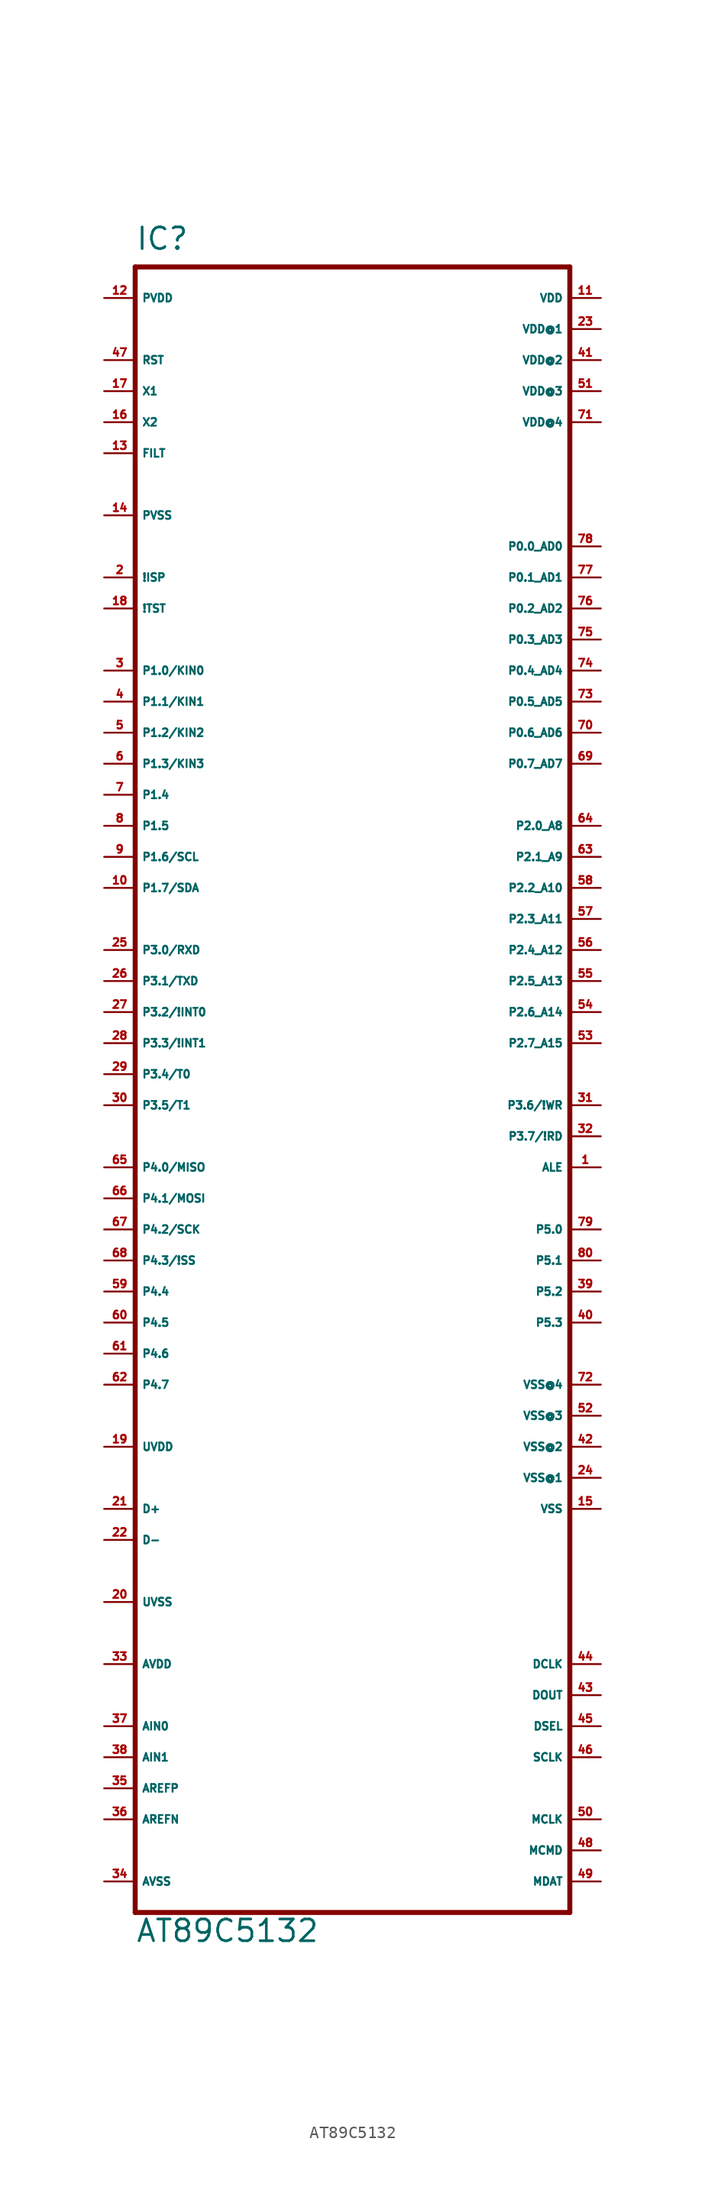
<source format=kicad_sym>
(kicad_symbol_lib
  (version 20220914)
  (generator Eagle2Kicad)
  (symbol "AT89C5132"
    (property "Reference" "IC"
      (at -17.78 64.77 0)
      (effects (font (size 1.778 1.778) (thickness 0.22)) (justify left bottom)))
    (property "Value" "AT89C5132"
      (at -17.78 -73.66 0)
      (effects (font (size 1.778 1.778) (thickness 0.22)) (justify left bottom)))
    (polyline
      (pts (xy -17.78 -71.12) (xy 17.78 -71.12))
      (stroke (width 0.406) (type default))
      (fill (type none)))
    (polyline
      (pts (xy 17.78 -71.12) (xy 17.78 63.5))
      (stroke (width 0.406) (type default))
      (fill (type none)))
    (polyline
      (pts (xy 17.78 63.5) (xy -17.78 63.5))
      (stroke (width 0.406) (type default))
      (fill (type none)))
    (polyline
      (pts (xy -17.78 63.5) (xy -17.78 -71.12))
      (stroke (width 0.406) (type default))
      (fill (type none)))
    (pin unspecified line
      (at 20.32 58.42 180)
      (length 2.54)
      (name "VDD@1" (effects (font (size 0.635 0.635) (thickness 0.08)) (justify left bottom)))
      (number "23" (effects (font (size 0.635 0.635) (thickness 0.08)) (justify left bottom))))
    (pin bidirectional line
      (at 20.32 40.64 180)
      (length 2.54)
      (name "P0.0_AD0" (effects (font (size 0.635 0.635) (thickness 0.08)) (justify left bottom)))
      (number "78" (effects (font (size 0.635 0.635) (thickness 0.08)) (justify left bottom))))
    (pin bidirectional line
      (at 20.32 38.1 180)
      (length 2.54)
      (name "P0.1_AD1" (effects (font (size 0.635 0.635) (thickness 0.08)) (justify left bottom)))
      (number "77" (effects (font (size 0.635 0.635) (thickness 0.08)) (justify left bottom))))
    (pin bidirectional line
      (at 20.32 35.56 180)
      (length 2.54)
      (name "P0.2_AD2" (effects (font (size 0.635 0.635) (thickness 0.08)) (justify left bottom)))
      (number "76" (effects (font (size 0.635 0.635) (thickness 0.08)) (justify left bottom))))
    (pin bidirectional line
      (at 20.32 33.02 180)
      (length 2.54)
      (name "P0.3_AD3" (effects (font (size 0.635 0.635) (thickness 0.08)) (justify left bottom)))
      (number "75" (effects (font (size 0.635 0.635) (thickness 0.08)) (justify left bottom))))
    (pin bidirectional line
      (at 20.32 30.48 180)
      (length 2.54)
      (name "P0.4_AD4" (effects (font (size 0.635 0.635) (thickness 0.08)) (justify left bottom)))
      (number "74" (effects (font (size 0.635 0.635) (thickness 0.08)) (justify left bottom))))
    (pin bidirectional line
      (at 20.32 27.94 180)
      (length 2.54)
      (name "P0.5_AD5" (effects (font (size 0.635 0.635) (thickness 0.08)) (justify left bottom)))
      (number "73" (effects (font (size 0.635 0.635) (thickness 0.08)) (justify left bottom))))
    (pin bidirectional line
      (at 20.32 25.4 180)
      (length 2.54)
      (name "P0.6_AD6" (effects (font (size 0.635 0.635) (thickness 0.08)) (justify left bottom)))
      (number "70" (effects (font (size 0.635 0.635) (thickness 0.08)) (justify left bottom))))
    (pin bidirectional line
      (at 20.32 22.86 180)
      (length 2.54)
      (name "P0.7_AD7" (effects (font (size 0.635 0.635) (thickness 0.08)) (justify left bottom)))
      (number "69" (effects (font (size 0.635 0.635) (thickness 0.08)) (justify left bottom))))
    (pin input line
      (at -20.32 53.34 0)
      (length 2.54)
      (name "X1" (effects (font (size 0.635 0.635) (thickness 0.08)) (justify left bottom)))
      (number "17" (effects (font (size 0.635 0.635) (thickness 0.08)) (justify left bottom))))
    (pin input line
      (at -20.32 50.8 0)
      (length 2.54)
      (name "X2" (effects (font (size 0.635 0.635) (thickness 0.08)) (justify left bottom)))
      (number "16" (effects (font (size 0.635 0.635) (thickness 0.08)) (justify left bottom))))
    (pin input line
      (at -20.32 55.88 0)
      (length 2.54)
      (name "RST" (effects (font (size 0.635 0.635) (thickness 0.08)) (justify left bottom)))
      (number "47" (effects (font (size 0.635 0.635) (thickness 0.08)) (justify left bottom))))
    (pin bidirectional line
      (at 20.32 -10.16 180)
      (length 2.54)
      (name "ALE" (effects (font (size 0.635 0.635) (thickness 0.08)) (justify left bottom)))
      (number "1" (effects (font (size 0.635 0.635) (thickness 0.08)) (justify left bottom))))
    (pin bidirectional line
      (at -20.32 -17.78 0)
      (length 2.54)
      (name "P4.3/!SS" (effects (font (size 0.635 0.635) (thickness 0.08)) (justify left bottom)))
      (number "68" (effects (font (size 0.635 0.635) (thickness 0.08)) (justify left bottom))))
    (pin bidirectional line
      (at 20.32 17.78 180)
      (length 2.54)
      (name "P2.0_A8" (effects (font (size 0.635 0.635) (thickness 0.08)) (justify left bottom)))
      (number "64" (effects (font (size 0.635 0.635) (thickness 0.08)) (justify left bottom))))
    (pin bidirectional line
      (at 20.32 15.24 180)
      (length 2.54)
      (name "P2.1_A9" (effects (font (size 0.635 0.635) (thickness 0.08)) (justify left bottom)))
      (number "63" (effects (font (size 0.635 0.635) (thickness 0.08)) (justify left bottom))))
    (pin bidirectional line
      (at 20.32 12.7 180)
      (length 2.54)
      (name "P2.2_A10" (effects (font (size 0.635 0.635) (thickness 0.08)) (justify left bottom)))
      (number "58" (effects (font (size 0.635 0.635) (thickness 0.08)) (justify left bottom))))
    (pin bidirectional line
      (at 20.32 10.16 180)
      (length 2.54)
      (name "P2.3_A11" (effects (font (size 0.635 0.635) (thickness 0.08)) (justify left bottom)))
      (number "57" (effects (font (size 0.635 0.635) (thickness 0.08)) (justify left bottom))))
    (pin bidirectional line
      (at 20.32 7.62 180)
      (length 2.54)
      (name "P2.4_A12" (effects (font (size 0.635 0.635) (thickness 0.08)) (justify left bottom)))
      (number "56" (effects (font (size 0.635 0.635) (thickness 0.08)) (justify left bottom))))
    (pin bidirectional line
      (at 20.32 5.08 180)
      (length 2.54)
      (name "P2.5_A13" (effects (font (size 0.635 0.635) (thickness 0.08)) (justify left bottom)))
      (number "55" (effects (font (size 0.635 0.635) (thickness 0.08)) (justify left bottom))))
    (pin bidirectional line
      (at 20.32 2.54 180)
      (length 2.54)
      (name "P2.6_A14" (effects (font (size 0.635 0.635) (thickness 0.08)) (justify left bottom)))
      (number "54" (effects (font (size 0.635 0.635) (thickness 0.08)) (justify left bottom))))
    (pin bidirectional line
      (at 20.32 0 180)
      (length 2.54)
      (name "P2.7_A15" (effects (font (size 0.635 0.635) (thickness 0.08)) (justify left bottom)))
      (number "53" (effects (font (size 0.635 0.635) (thickness 0.08)) (justify left bottom))))
    (pin bidirectional line
      (at -20.32 30.48 0)
      (length 2.54)
      (name "P1.0/KIN0" (effects (font (size 0.635 0.635) (thickness 0.08)) (justify left bottom)))
      (number "3" (effects (font (size 0.635 0.635) (thickness 0.08)) (justify left bottom))))
    (pin bidirectional line
      (at -20.32 27.94 0)
      (length 2.54)
      (name "P1.1/KIN1" (effects (font (size 0.635 0.635) (thickness 0.08)) (justify left bottom)))
      (number "4" (effects (font (size 0.635 0.635) (thickness 0.08)) (justify left bottom))))
    (pin bidirectional line
      (at -20.32 25.4 0)
      (length 2.54)
      (name "P1.2/KIN2" (effects (font (size 0.635 0.635) (thickness 0.08)) (justify left bottom)))
      (number "5" (effects (font (size 0.635 0.635) (thickness 0.08)) (justify left bottom))))
    (pin bidirectional line
      (at -20.32 22.86 0)
      (length 2.54)
      (name "P1.3/KIN3" (effects (font (size 0.635 0.635) (thickness 0.08)) (justify left bottom)))
      (number "6" (effects (font (size 0.635 0.635) (thickness 0.08)) (justify left bottom))))
    (pin bidirectional line
      (at -20.32 15.24 0)
      (length 2.54)
      (name "P1.6/SCL" (effects (font (size 0.635 0.635) (thickness 0.08)) (justify left bottom)))
      (number "9" (effects (font (size 0.635 0.635) (thickness 0.08)) (justify left bottom))))
    (pin bidirectional line
      (at -20.32 12.7 0)
      (length 2.54)
      (name "P1.7/SDA" (effects (font (size 0.635 0.635) (thickness 0.08)) (justify left bottom)))
      (number "10" (effects (font (size 0.635 0.635) (thickness 0.08)) (justify left bottom))))
    (pin bidirectional line
      (at -20.32 7.62 0)
      (length 2.54)
      (name "P3.0/RXD" (effects (font (size 0.635 0.635) (thickness 0.08)) (justify left bottom)))
      (number "25" (effects (font (size 0.635 0.635) (thickness 0.08)) (justify left bottom))))
    (pin bidirectional line
      (at -20.32 5.08 0)
      (length 2.54)
      (name "P3.1/TXD" (effects (font (size 0.635 0.635) (thickness 0.08)) (justify left bottom)))
      (number "26" (effects (font (size 0.635 0.635) (thickness 0.08)) (justify left bottom))))
    (pin bidirectional line
      (at -20.32 2.54 0)
      (length 2.54)
      (name "P3.2/!INT0" (effects (font (size 0.635 0.635) (thickness 0.08)) (justify left bottom)))
      (number "27" (effects (font (size 0.635 0.635) (thickness 0.08)) (justify left bottom))))
    (pin bidirectional line
      (at -20.32 0 0)
      (length 2.54)
      (name "P3.3/!INT1" (effects (font (size 0.635 0.635) (thickness 0.08)) (justify left bottom)))
      (number "28" (effects (font (size 0.635 0.635) (thickness 0.08)) (justify left bottom))))
    (pin bidirectional line
      (at -20.32 -2.54 0)
      (length 2.54)
      (name "P3.4/T0" (effects (font (size 0.635 0.635) (thickness 0.08)) (justify left bottom)))
      (number "29" (effects (font (size 0.635 0.635) (thickness 0.08)) (justify left bottom))))
    (pin bidirectional line
      (at -20.32 -5.08 0)
      (length 2.54)
      (name "P3.5/T1" (effects (font (size 0.635 0.635) (thickness 0.08)) (justify left bottom)))
      (number "30" (effects (font (size 0.635 0.635) (thickness 0.08)) (justify left bottom))))
    (pin bidirectional line
      (at 20.32 -5.08 180)
      (length 2.54)
      (name "P3.6/!WR" (effects (font (size 0.635 0.635) (thickness 0.08)) (justify left bottom)))
      (number "31" (effects (font (size 0.635 0.635) (thickness 0.08)) (justify left bottom))))
    (pin bidirectional line
      (at 20.32 -7.62 180)
      (length 2.54)
      (name "P3.7/!RD" (effects (font (size 0.635 0.635) (thickness 0.08)) (justify left bottom)))
      (number "32" (effects (font (size 0.635 0.635) (thickness 0.08)) (justify left bottom))))
    (pin unspecified line
      (at 20.32 60.96 180)
      (length 2.54)
      (name "VDD" (effects (font (size 0.635 0.635) (thickness 0.08)) (justify left bottom)))
      (number "11" (effects (font (size 0.635 0.635) (thickness 0.08)) (justify left bottom))))
    (pin unspecified line
      (at 20.32 -38.1 180)
      (length 2.54)
      (name "VSS" (effects (font (size 0.635 0.635) (thickness 0.08)) (justify left bottom)))
      (number "15" (effects (font (size 0.635 0.635) (thickness 0.08)) (justify left bottom))))
    (pin unspecified line
      (at -20.32 -50.8 0)
      (length 2.54)
      (name "AVDD" (effects (font (size 0.635 0.635) (thickness 0.08)) (justify left bottom)))
      (number "33" (effects (font (size 0.635 0.635) (thickness 0.08)) (justify left bottom))))
    (pin bidirectional line
      (at -20.32 -38.1 0)
      (length 2.54)
      (name "D+" (effects (font (size 0.635 0.635) (thickness 0.08)) (justify left bottom)))
      (number "21" (effects (font (size 0.635 0.635) (thickness 0.08)) (justify left bottom))))
    (pin bidirectional line
      (at -20.32 -40.64 0)
      (length 2.54)
      (name "D-" (effects (font (size 0.635 0.635) (thickness 0.08)) (justify left bottom)))
      (number "22" (effects (font (size 0.635 0.635) (thickness 0.08)) (justify left bottom))))
    (pin unspecified line
      (at 20.32 53.34 180)
      (length 2.54)
      (name "VDD@3" (effects (font (size 0.635 0.635) (thickness 0.08)) (justify left bottom)))
      (number "51" (effects (font (size 0.635 0.635) (thickness 0.08)) (justify left bottom))))
    (pin unspecified line
      (at 20.32 -30.48 180)
      (length 2.54)
      (name "VSS@3" (effects (font (size 0.635 0.635) (thickness 0.08)) (justify left bottom)))
      (number "52" (effects (font (size 0.635 0.635) (thickness 0.08)) (justify left bottom))))
    (pin unspecified line
      (at -20.32 -68.58 0)
      (length 2.54)
      (name "AVSS" (effects (font (size 0.635 0.635) (thickness 0.08)) (justify left bottom)))
      (number "34" (effects (font (size 0.635 0.635) (thickness 0.08)) (justify left bottom))))
    (pin bidirectional line
      (at -20.32 -10.16 0)
      (length 2.54)
      (name "P4.0/MISO" (effects (font (size 0.635 0.635) (thickness 0.08)) (justify left bottom)))
      (number "65" (effects (font (size 0.635 0.635) (thickness 0.08)) (justify left bottom))))
    (pin bidirectional line
      (at -20.32 -12.7 0)
      (length 2.54)
      (name "P4.1/MOSI" (effects (font (size 0.635 0.635) (thickness 0.08)) (justify left bottom)))
      (number "66" (effects (font (size 0.635 0.635) (thickness 0.08)) (justify left bottom))))
    (pin bidirectional line
      (at -20.32 -15.24 0)
      (length 2.54)
      (name "P4.2/SCK" (effects (font (size 0.635 0.635) (thickness 0.08)) (justify left bottom)))
      (number "67" (effects (font (size 0.635 0.635) (thickness 0.08)) (justify left bottom))))
    (pin bidirectional line
      (at -20.32 -20.32 0)
      (length 2.54)
      (name "P4.4" (effects (font (size 0.635 0.635) (thickness 0.08)) (justify left bottom)))
      (number "59" (effects (font (size 0.635 0.635) (thickness 0.08)) (justify left bottom))))
    (pin bidirectional line
      (at 20.32 -15.24 180)
      (length 2.54)
      (name "P5.0" (effects (font (size 0.635 0.635) (thickness 0.08)) (justify left bottom)))
      (number "79" (effects (font (size 0.635 0.635) (thickness 0.08)) (justify left bottom))))
    (pin bidirectional line
      (at 20.32 -17.78 180)
      (length 2.54)
      (name "P5.1" (effects (font (size 0.635 0.635) (thickness 0.08)) (justify left bottom)))
      (number "80" (effects (font (size 0.635 0.635) (thickness 0.08)) (justify left bottom))))
    (pin bidirectional line
      (at 20.32 -20.32 180)
      (length 2.54)
      (name "P5.2" (effects (font (size 0.635 0.635) (thickness 0.08)) (justify left bottom)))
      (number "39" (effects (font (size 0.635 0.635) (thickness 0.08)) (justify left bottom))))
    (pin bidirectional line
      (at 20.32 -22.86 180)
      (length 2.54)
      (name "P5.3" (effects (font (size 0.635 0.635) (thickness 0.08)) (justify left bottom)))
      (number "40" (effects (font (size 0.635 0.635) (thickness 0.08)) (justify left bottom))))
    (pin input line
      (at -20.32 48.26 0)
      (length 2.54)
      (name "FILT" (effects (font (size 0.635 0.635) (thickness 0.08)) (justify left bottom)))
      (number "13" (effects (font (size 0.635 0.635) (thickness 0.08)) (justify left bottom))))
    (pin output line
      (at 20.32 -50.8 180)
      (length 2.54)
      (name "DCLK" (effects (font (size 0.635 0.635) (thickness 0.08)) (justify left bottom)))
      (number "44" (effects (font (size 0.635 0.635) (thickness 0.08)) (justify left bottom))))
    (pin output line
      (at 20.32 -53.34 180)
      (length 2.54)
      (name "DOUT" (effects (font (size 0.635 0.635) (thickness 0.08)) (justify left bottom)))
      (number "43" (effects (font (size 0.635 0.635) (thickness 0.08)) (justify left bottom))))
    (pin output line
      (at 20.32 -55.88 180)
      (length 2.54)
      (name "DSEL" (effects (font (size 0.635 0.635) (thickness 0.08)) (justify left bottom)))
      (number "45" (effects (font (size 0.635 0.635) (thickness 0.08)) (justify left bottom))))
    (pin output line
      (at 20.32 -58.42 180)
      (length 2.54)
      (name "SCLK" (effects (font (size 0.635 0.635) (thickness 0.08)) (justify left bottom)))
      (number "46" (effects (font (size 0.635 0.635) (thickness 0.08)) (justify left bottom))))
    (pin output line
      (at 20.32 -63.5 180)
      (length 2.54)
      (name "MCLK" (effects (font (size 0.635 0.635) (thickness 0.08)) (justify left bottom)))
      (number "50" (effects (font (size 0.635 0.635) (thickness 0.08)) (justify left bottom))))
    (pin bidirectional line
      (at 20.32 -66.04 180)
      (length 2.54)
      (name "MCMD" (effects (font (size 0.635 0.635) (thickness 0.08)) (justify left bottom)))
      (number "48" (effects (font (size 0.635 0.635) (thickness 0.08)) (justify left bottom))))
    (pin bidirectional line
      (at 20.32 -68.58 180)
      (length 2.54)
      (name "MDAT" (effects (font (size 0.635 0.635) (thickness 0.08)) (justify left bottom)))
      (number "49" (effects (font (size 0.635 0.635) (thickness 0.08)) (justify left bottom))))
    (pin input line
      (at -20.32 -55.88 0)
      (length 2.54)
      (name "AIN0" (effects (font (size 0.635 0.635) (thickness 0.08)) (justify left bottom)))
      (number "37" (effects (font (size 0.635 0.635) (thickness 0.08)) (justify left bottom))))
    (pin input line
      (at -20.32 -58.42 0)
      (length 2.54)
      (name "AIN1" (effects (font (size 0.635 0.635) (thickness 0.08)) (justify left bottom)))
      (number "38" (effects (font (size 0.635 0.635) (thickness 0.08)) (justify left bottom))))
    (pin input line
      (at -20.32 -60.96 0)
      (length 2.54)
      (name "AREFP" (effects (font (size 0.635 0.635) (thickness 0.08)) (justify left bottom)))
      (number "35" (effects (font (size 0.635 0.635) (thickness 0.08)) (justify left bottom))))
    (pin input line
      (at -20.32 -63.5 0)
      (length 2.54)
      (name "AREFN" (effects (font (size 0.635 0.635) (thickness 0.08)) (justify left bottom)))
      (number "36" (effects (font (size 0.635 0.635) (thickness 0.08)) (justify left bottom))))
    (pin bidirectional line
      (at -20.32 38.1 0)
      (length 2.54)
      (name "!ISP" (effects (font (size 0.635 0.635) (thickness 0.08)) (justify left bottom)))
      (number "2" (effects (font (size 0.635 0.635) (thickness 0.08)) (justify left bottom))))
    (pin input line
      (at -20.32 35.56 0)
      (length 2.54)
      (name "!TST" (effects (font (size 0.635 0.635) (thickness 0.08)) (justify left bottom)))
      (number "18" (effects (font (size 0.635 0.635) (thickness 0.08)) (justify left bottom))))
    (pin unspecified line
      (at -20.32 -33.02 0)
      (length 2.54)
      (name "UVDD" (effects (font (size 0.635 0.635) (thickness 0.08)) (justify left bottom)))
      (number "19" (effects (font (size 0.635 0.635) (thickness 0.08)) (justify left bottom))))
    (pin unspecified line
      (at -20.32 -45.72 0)
      (length 2.54)
      (name "UVSS" (effects (font (size 0.635 0.635) (thickness 0.08)) (justify left bottom)))
      (number "20" (effects (font (size 0.635 0.635) (thickness 0.08)) (justify left bottom))))
    (pin unspecified line
      (at -20.32 60.96 0)
      (length 2.54)
      (name "PVDD" (effects (font (size 0.635 0.635) (thickness 0.08)) (justify left bottom)))
      (number "12" (effects (font (size 0.635 0.635) (thickness 0.08)) (justify left bottom))))
    (pin unspecified line
      (at -20.32 43.18 0)
      (length 2.54)
      (name "PVSS" (effects (font (size 0.635 0.635) (thickness 0.08)) (justify left bottom)))
      (number "14" (effects (font (size 0.635 0.635) (thickness 0.08)) (justify left bottom))))
    (pin bidirectional line
      (at -20.32 20.32 0)
      (length 2.54)
      (name "P1.4" (effects (font (size 0.635 0.635) (thickness 0.08)) (justify left bottom)))
      (number "7" (effects (font (size 0.635 0.635) (thickness 0.08)) (justify left bottom))))
    (pin bidirectional line
      (at -20.32 17.78 0)
      (length 2.54)
      (name "P1.5" (effects (font (size 0.635 0.635) (thickness 0.08)) (justify left bottom)))
      (number "8" (effects (font (size 0.635 0.635) (thickness 0.08)) (justify left bottom))))
    (pin bidirectional line
      (at -20.32 -22.86 0)
      (length 2.54)
      (name "P4.5" (effects (font (size 0.635 0.635) (thickness 0.08)) (justify left bottom)))
      (number "60" (effects (font (size 0.635 0.635) (thickness 0.08)) (justify left bottom))))
    (pin bidirectional line
      (at -20.32 -25.4 0)
      (length 2.54)
      (name "P4.6" (effects (font (size 0.635 0.635) (thickness 0.08)) (justify left bottom)))
      (number "61" (effects (font (size 0.635 0.635) (thickness 0.08)) (justify left bottom))))
    (pin bidirectional line
      (at -20.32 -27.94 0)
      (length 2.54)
      (name "P4.7" (effects (font (size 0.635 0.635) (thickness 0.08)) (justify left bottom)))
      (number "62" (effects (font (size 0.635 0.635) (thickness 0.08)) (justify left bottom))))
    (pin unspecified line
      (at 20.32 -35.56 180)
      (length 2.54)
      (name "VSS@1" (effects (font (size 0.635 0.635) (thickness 0.08)) (justify left bottom)))
      (number "24" (effects (font (size 0.635 0.635) (thickness 0.08)) (justify left bottom))))
    (pin unspecified line
      (at 20.32 -33.02 180)
      (length 2.54)
      (name "VSS@2" (effects (font (size 0.635 0.635) (thickness 0.08)) (justify left bottom)))
      (number "42" (effects (font (size 0.635 0.635) (thickness 0.08)) (justify left bottom))))
    (pin unspecified line
      (at 20.32 55.88 180)
      (length 2.54)
      (name "VDD@2" (effects (font (size 0.635 0.635) (thickness 0.08)) (justify left bottom)))
      (number "41" (effects (font (size 0.635 0.635) (thickness 0.08)) (justify left bottom))))
    (pin unspecified line
      (at 20.32 50.8 180)
      (length 2.54)
      (name "VDD@4" (effects (font (size 0.635 0.635) (thickness 0.08)) (justify left bottom)))
      (number "71" (effects (font (size 0.635 0.635) (thickness 0.08)) (justify left bottom))))
    (pin unspecified line
      (at 20.32 -27.94 180)
      (length 2.54)
      (name "VSS@4" (effects (font (size 0.635 0.635) (thickness 0.08)) (justify left bottom)))
      (number "72" (effects (font (size 0.635 0.635) (thickness 0.08)) (justify left bottom))))))
</source>
